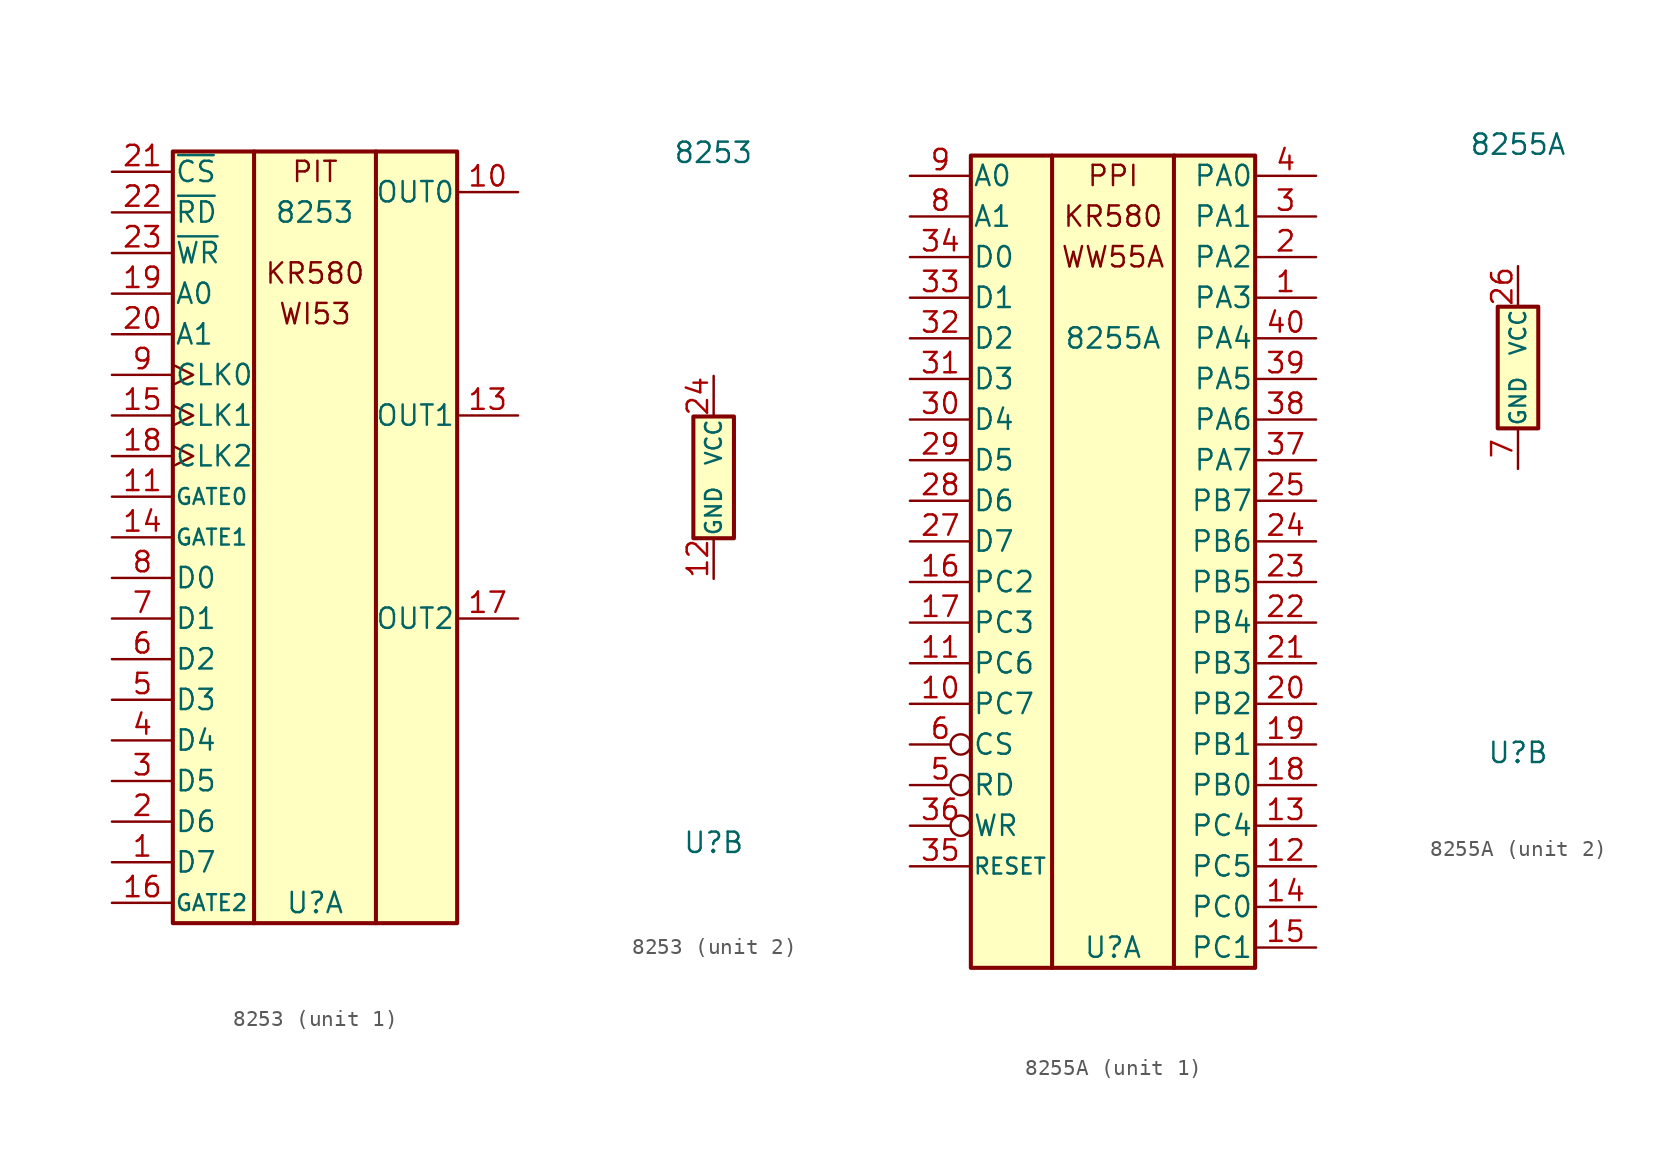
<source format=kicad_sym>
(kicad_symbol_lib
  (version 20211014)
  (generator kicad_symbol_editor)
  (symbol "8253"
    (pin_names
      (offset 0.102))
    (property "Reference" "U"
      (at 0 -22.86 0)
      (effects (font (size 1.27 1.27))))
    (property "Value" "8253"
      (at -2.54 20.32 0)
      (effects (font (size 1.27 1.27)) (justify left)))
    (property "ki_locked" ""
      (at 0 0 0)
      (effects (font (size 1.27 1.27))))
    (symbol "8253_1_1"
      (rectangle (start -8.89 -24.13) (end 8.89 24.13) (stroke (width 0.254) (type default) (color 0 0 0 0)) (fill (type background)))
      (rectangle (start -3.81 24.13) (end -3.81 -24.13) (stroke (width 0.254) (type default) (color 0 0 0 0)) (fill (type none)))
      (rectangle (start 3.81 24.13) (end 3.81 -24.13) (stroke (width 0.254) (type default) (color 0 0 0 0)) (fill (type none)))
      (text "KR580" (at 0 16.51 0) (effects (font (size 1.27 1.27))))
      (text "PIT" (at 0 22.86 0) (effects (font (size 1.27 1.27))))
      (text "WI53" (at 0 13.97 0) (effects (font (size 1.27 1.27))))
      (pin bidirectional line (at -12.7 -20.32 0) (length 3.81) (name "D7" (effects (font (size 1.27 1.27)))) (number "1" (effects (font (size 1.27 1.27)))))
      (pin output line (at 12.7 21.59 180) (length 3.81) (name "OUT0" (effects (font (size 1.27 1.27)))) (number "10" (effects (font (size 1.27 1.27)))))
      (pin input line (at -12.7 2.54 0) (length 3.81) (name "GATE0" (effects (font (size 0.991 0.991)))) (number "11" (effects (font (size 1.27 1.27)))))
      (pin output line (at 12.7 7.62 180) (length 3.81) (name "OUT1" (effects (font (size 1.27 1.27)))) (number "13" (effects (font (size 1.27 1.27)))))
      (pin input line (at -12.7 0 0) (length 3.81) (name "GATE1" (effects (font (size 0.991 0.991)))) (number "14" (effects (font (size 1.27 1.27)))))
      (pin input clock (at -12.7 7.62 0) (length 3.81) (name "CLK1" (effects (font (size 1.27 1.27)))) (number "15" (effects (font (size 1.27 1.27)))))
      (pin input line (at -12.7 -22.86 0) (length 3.81) (name "GATE2" (effects (font (size 0.991 0.991)))) (number "16" (effects (font (size 1.27 1.27)))))
      (pin output line (at 12.7 -5.08 180) (length 3.81) (name "OUT2" (effects (font (size 1.27 1.27)))) (number "17" (effects (font (size 1.27 1.27)))))
      (pin input clock (at -12.7 5.08 0) (length 3.81) (name "CLK2" (effects (font (size 1.27 1.27)))) (number "18" (effects (font (size 1.27 1.27)))))
      (pin input line (at -12.7 15.24 0) (length 3.81) (name "A0" (effects (font (size 1.27 1.27)))) (number "19" (effects (font (size 1.27 1.27)))))
      (pin bidirectional line (at -12.7 -17.78 0) (length 3.81) (name "D6" (effects (font (size 1.27 1.27)))) (number "2" (effects (font (size 1.27 1.27)))))
      (pin input line (at -12.7 12.7 0) (length 3.81) (name "A1" (effects (font (size 1.27 1.27)))) (number "20" (effects (font (size 1.27 1.27)))))
      (pin input line (at -12.7 22.86 0) (length 3.81) (name "~{CS}" (effects (font (size 1.27 1.27)))) (number "21" (effects (font (size 1.27 1.27)))))
      (pin input line (at -12.7 20.32 0) (length 3.81) (name "~{RD}" (effects (font (size 1.27 1.27)))) (number "22" (effects (font (size 1.27 1.27)))))
      (pin input line (at -12.7 17.78 0) (length 3.81) (name "~{WR}" (effects (font (size 1.27 1.27)))) (number "23" (effects (font (size 1.27 1.27)))))
      (pin bidirectional line (at -12.7 -15.24 0) (length 3.81) (name "D5" (effects (font (size 1.27 1.27)))) (number "3" (effects (font (size 1.27 1.27)))))
      (pin bidirectional line (at -12.7 -12.7 0) (length 3.81) (name "D4" (effects (font (size 1.27 1.27)))) (number "4" (effects (font (size 1.27 1.27)))))
      (pin bidirectional line (at -12.7 -10.16 0) (length 3.81) (name "D3" (effects (font (size 1.27 1.27)))) (number "5" (effects (font (size 1.27 1.27)))))
      (pin bidirectional line (at -12.7 -7.62 0) (length 3.81) (name "D2" (effects (font (size 1.27 1.27)))) (number "6" (effects (font (size 1.27 1.27)))))
      (pin bidirectional line (at -12.7 -5.08 0) (length 3.81) (name "D1" (effects (font (size 1.27 1.27)))) (number "7" (effects (font (size 1.27 1.27)))))
      (pin bidirectional line (at -12.7 -2.54 0) (length 3.81) (name "D0" (effects (font (size 1.27 1.27)))) (number "8" (effects (font (size 1.27 1.27)))))
      (pin input clock (at -12.7 10.16 0) (length 3.81) (name "CLK0" (effects (font (size 1.27 1.27)))) (number "9" (effects (font (size 1.27 1.27))))))
    (symbol "8253_2_0"
      (rectangle (start -1.27 3.81) (end 1.27 -3.81) (stroke (width 0.254) (type default) (color 0 0 0 0)) (fill (type background))))
    (symbol "8253_2_1"
      (pin power_in line (at 0 -6.35 90) (length 2.54) (name "GND" (effects (font (size 0.991 0.991)))) (number "12" (effects (font (size 1.27 1.27)))))
      (pin power_in line (at 0 6.35 270) (length 2.54) (name "VCC" (effects (font (size 0.991 0.991)))) (number "24" (effects (font (size 1.27 1.27)))))))
  (symbol "8255A"
    (pin_names
      (offset 0.102))
    (property "Reference" "U"
      (at 0 -24.13 0)
      (effects (font (size 1.27 1.27))))
    (property "Value" "8255A"
      (at 0 13.97 0)
      (effects (font (size 1.27 1.27))))
    (property "ki_locked" ""
      (at 0 0 0)
      (effects (font (size 1.27 1.27))))
    (symbol "8255A_1_0"
      (rectangle (start -3.81 25.4) (end -3.81 -25.4) (stroke (width 0.254) (type default) (color 0 0 0 0)) (fill (type none)))
      (rectangle (start 3.81 25.4) (end 3.81 -25.4) (stroke (width 0.254) (type default) (color 0 0 0 0)) (fill (type none)))
      (text "KR580" (at 0 21.59 0) (effects (font (size 1.27 1.27))))
      (text "PPI" (at 0 24.13 0) (effects (font (size 1.27 1.27))))
      (text "WW55A" (at 0 19.05 0) (effects (font (size 1.27 1.27)))))
    (symbol "8255A_1_1"
      (rectangle (start -8.89 -25.4) (end 8.89 25.4) (stroke (width 0.254) (type default) (color 0 0 0 0)) (fill (type background)))
      (pin bidirectional line (at 12.7 16.51 180) (length 3.81) (name "PA3" (effects (font (size 1.27 1.27)))) (number "1" (effects (font (size 1.27 1.27)))))
      (pin bidirectional line (at -12.7 -8.89 0) (length 3.81) (name "PC7" (effects (font (size 1.27 1.27)))) (number "10" (effects (font (size 1.27 1.27)))))
      (pin bidirectional line (at -12.7 -6.35 0) (length 3.81) (name "PC6" (effects (font (size 1.27 1.27)))) (number "11" (effects (font (size 1.27 1.27)))))
      (pin bidirectional line (at 12.7 -19.05 180) (length 3.81) (name "PC5" (effects (font (size 1.27 1.27)))) (number "12" (effects (font (size 1.27 1.27)))))
      (pin bidirectional line (at 12.7 -16.51 180) (length 3.81) (name "PC4" (effects (font (size 1.27 1.27)))) (number "13" (effects (font (size 1.27 1.27)))))
      (pin bidirectional line (at 12.7 -21.59 180) (length 3.81) (name "PC0" (effects (font (size 1.27 1.27)))) (number "14" (effects (font (size 1.27 1.27)))))
      (pin bidirectional line (at 12.7 -24.13 180) (length 3.81) (name "PC1" (effects (font (size 1.27 1.27)))) (number "15" (effects (font (size 1.27 1.27)))))
      (pin bidirectional line (at -12.7 -1.27 0) (length 3.81) (name "PC2" (effects (font (size 1.27 1.27)))) (number "16" (effects (font (size 1.27 1.27)))))
      (pin bidirectional line (at -12.7 -3.81 0) (length 3.81) (name "PC3" (effects (font (size 1.27 1.27)))) (number "17" (effects (font (size 1.27 1.27)))))
      (pin bidirectional line (at 12.7 -13.97 180) (length 3.81) (name "PB0" (effects (font (size 1.27 1.27)))) (number "18" (effects (font (size 1.27 1.27)))))
      (pin bidirectional line (at 12.7 -11.43 180) (length 3.81) (name "PB1" (effects (font (size 1.27 1.27)))) (number "19" (effects (font (size 1.27 1.27)))))
      (pin bidirectional line (at 12.7 19.05 180) (length 3.81) (name "PA2" (effects (font (size 1.27 1.27)))) (number "2" (effects (font (size 1.27 1.27)))))
      (pin bidirectional line (at 12.7 -8.89 180) (length 3.81) (name "PB2" (effects (font (size 1.27 1.27)))) (number "20" (effects (font (size 1.27 1.27)))))
      (pin bidirectional line (at 12.7 -6.35 180) (length 3.81) (name "PB3" (effects (font (size 1.27 1.27)))) (number "21" (effects (font (size 1.27 1.27)))))
      (pin bidirectional line (at 12.7 -3.81 180) (length 3.81) (name "PB4" (effects (font (size 1.27 1.27)))) (number "22" (effects (font (size 1.27 1.27)))))
      (pin bidirectional line (at 12.7 -1.27 180) (length 3.81) (name "PB5" (effects (font (size 1.27 1.27)))) (number "23" (effects (font (size 1.27 1.27)))))
      (pin bidirectional line (at 12.7 1.27 180) (length 3.81) (name "PB6" (effects (font (size 1.27 1.27)))) (number "24" (effects (font (size 1.27 1.27)))))
      (pin bidirectional line (at 12.7 3.81 180) (length 3.81) (name "PB7" (effects (font (size 1.27 1.27)))) (number "25" (effects (font (size 1.27 1.27)))))
      (pin bidirectional line (at -12.7 1.27 0) (length 3.81) (name "D7" (effects (font (size 1.27 1.27)))) (number "27" (effects (font (size 1.27 1.27)))))
      (pin bidirectional line (at -12.7 3.81 0) (length 3.81) (name "D6" (effects (font (size 1.27 1.27)))) (number "28" (effects (font (size 1.27 1.27)))))
      (pin bidirectional line (at -12.7 6.35 0) (length 3.81) (name "D5" (effects (font (size 1.27 1.27)))) (number "29" (effects (font (size 1.27 1.27)))))
      (pin bidirectional line (at 12.7 21.59 180) (length 3.81) (name "PA1" (effects (font (size 1.27 1.27)))) (number "3" (effects (font (size 1.27 1.27)))))
      (pin bidirectional line (at -12.7 8.89 0) (length 3.81) (name "D4" (effects (font (size 1.27 1.27)))) (number "30" (effects (font (size 1.27 1.27)))))
      (pin bidirectional line (at -12.7 11.43 0) (length 3.81) (name "D3" (effects (font (size 1.27 1.27)))) (number "31" (effects (font (size 1.27 1.27)))))
      (pin bidirectional line (at -12.7 13.97 0) (length 3.81) (name "D2" (effects (font (size 1.27 1.27)))) (number "32" (effects (font (size 1.27 1.27)))))
      (pin bidirectional line (at -12.7 16.51 0) (length 3.81) (name "D1" (effects (font (size 1.27 1.27)))) (number "33" (effects (font (size 1.27 1.27)))))
      (pin bidirectional line (at -12.7 19.05 0) (length 3.81) (name "D0" (effects (font (size 1.27 1.27)))) (number "34" (effects (font (size 1.27 1.27)))))
      (pin input line (at -12.7 -19.05 0) (length 3.81) (name "RESET" (effects (font (size 0.991 0.991)))) (number "35" (effects (font (size 1.27 1.27)))))
      (pin input inverted (at -12.7 -16.51 0) (length 3.81) (name "WR" (effects (font (size 1.27 1.27)))) (number "36" (effects (font (size 1.27 1.27)))))
      (pin bidirectional line (at 12.7 6.35 180) (length 3.81) (name "PA7" (effects (font (size 1.27 1.27)))) (number "37" (effects (font (size 1.27 1.27)))))
      (pin bidirectional line (at 12.7 8.89 180) (length 3.81) (name "PA6" (effects (font (size 1.27 1.27)))) (number "38" (effects (font (size 1.27 1.27)))))
      (pin bidirectional line (at 12.7 11.43 180) (length 3.81) (name "PA5" (effects (font (size 1.27 1.27)))) (number "39" (effects (font (size 1.27 1.27)))))
      (pin bidirectional line (at 12.7 24.13 180) (length 3.81) (name "PA0" (effects (font (size 1.27 1.27)))) (number "4" (effects (font (size 1.27 1.27)))))
      (pin bidirectional line (at 12.7 13.97 180) (length 3.81) (name "PA4" (effects (font (size 1.27 1.27)))) (number "40" (effects (font (size 1.27 1.27)))))
      (pin input inverted (at -12.7 -13.97 0) (length 3.81) (name "RD" (effects (font (size 1.27 1.27)))) (number "5" (effects (font (size 1.27 1.27)))))
      (pin input inverted (at -12.7 -11.43 0) (length 3.81) (name "CS" (effects (font (size 1.27 1.27)))) (number "6" (effects (font (size 1.27 1.27)))))
      (pin input line (at -12.7 21.59 0) (length 3.81) (name "A1" (effects (font (size 1.27 1.27)))) (number "8" (effects (font (size 1.27 1.27)))))
      (pin input line (at -12.7 24.13 0) (length 3.81) (name "A0" (effects (font (size 1.27 1.27)))) (number "9" (effects (font (size 1.27 1.27))))))
    (symbol "8255A_2_1"
      (rectangle (start -1.27 -3.81) (end 1.27 3.81) (stroke (width 0.254) (type default) (color 0 0 0 0)) (fill (type background)))
      (pin power_in line (at 0 6.35 270) (length 2.54) (name "VCC" (effects (font (size 0.991 0.991)))) (number "26" (effects (font (size 1.27 1.27)))))
      (pin power_in line (at 0 -6.35 90) (length 2.54) (name "GND" (effects (font (size 0.991 0.991)))) (number "7" (effects (font (size 1.27 1.27))))))))
</source>
